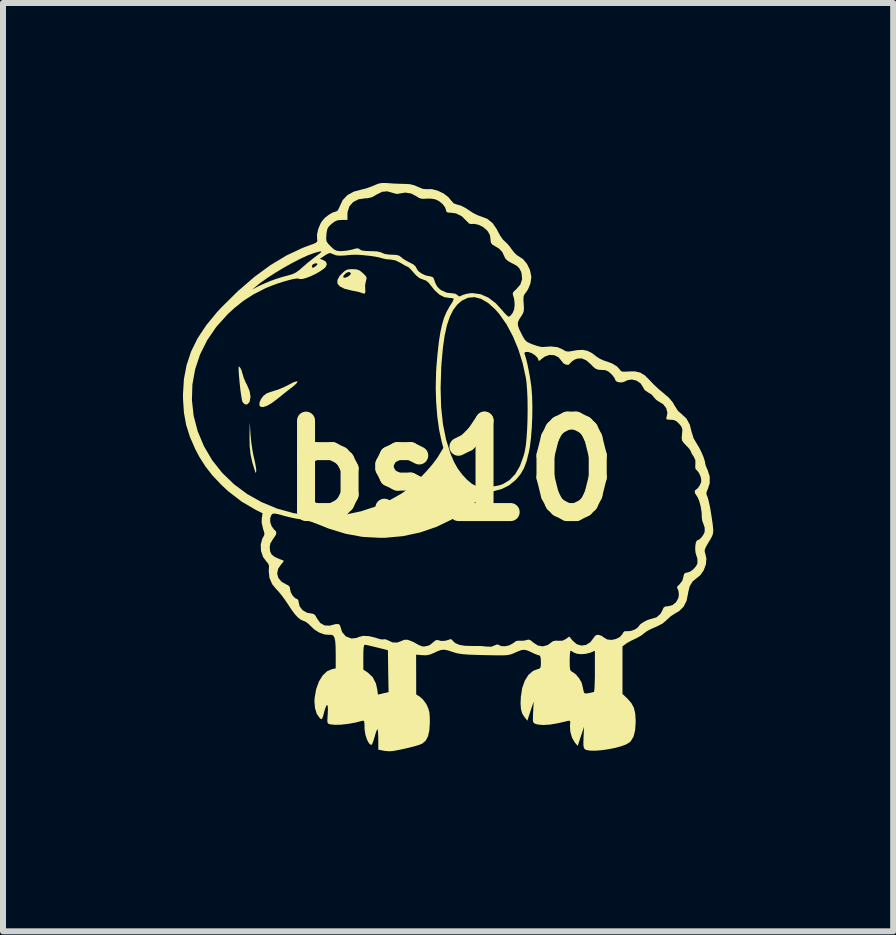
<source format=kicad_pcb>
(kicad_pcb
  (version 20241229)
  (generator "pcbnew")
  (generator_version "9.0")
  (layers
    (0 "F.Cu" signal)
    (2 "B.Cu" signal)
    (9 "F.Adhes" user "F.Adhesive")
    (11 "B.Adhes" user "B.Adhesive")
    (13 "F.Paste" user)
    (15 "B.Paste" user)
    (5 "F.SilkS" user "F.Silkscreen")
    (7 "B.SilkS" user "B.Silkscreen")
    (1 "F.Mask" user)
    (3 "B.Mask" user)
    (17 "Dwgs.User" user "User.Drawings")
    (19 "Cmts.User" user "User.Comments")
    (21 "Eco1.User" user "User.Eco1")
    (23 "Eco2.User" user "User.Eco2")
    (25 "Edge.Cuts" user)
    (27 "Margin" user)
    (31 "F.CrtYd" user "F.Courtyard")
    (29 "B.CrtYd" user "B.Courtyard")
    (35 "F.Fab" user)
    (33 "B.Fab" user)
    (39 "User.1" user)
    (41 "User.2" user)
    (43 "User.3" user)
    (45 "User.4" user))
  (footprint "bs10"
    (layer "F.Cu")
    (at 4.446 4.796)
    (property "Reference" "bs10" (at 0 0 0) (layer "F.SilkS") (effects (font (size 1.524 1.524) (thickness 0.3))))
    (attr board_only exclude_from_pos_files exclude_from_bom)
    (fp_poly (pts (xy -3.32 -0.6) (xy -3.309 -0.486) (xy -3.292 -0.363) (xy -3.271 -0.25) (xy -3.262 -0.213) (xy -3.243 -0.129) (xy -3.23 -0.056) (xy -3.224 -0.005) (xy -3.225 0.007) (xy -3.231 0.037) (xy -3.238 0.029) (xy -3.245 0.01) (xy -3.291 -0.141) (xy -3.32 -0.275) (xy -3.334 -0.41) (xy -3.337 -0.563) (xy -3.337 -0.57) (xy -3.333 -0.81)) (stroke (width 0) (type solid)) (fill yes) (layer "F.SilkS"))
    (fp_poly (pts (xy -3.505 -1.731) (xy -3.491 -1.714) (xy -3.469 -1.67) (xy -3.452 -1.611) (xy -3.45 -1.604) (xy -3.432 -1.544) (xy -3.401 -1.471) (xy -3.378 -1.428) (xy -3.335 -1.326) (xy -3.32 -1.231) (xy -3.335 -1.15) (xy -3.341 -1.139) (xy -3.375 -1.105) (xy -3.415 -1.106) (xy -3.45 -1.14) (xy -3.457 -1.155) (xy -3.466 -1.193) (xy -3.477 -1.261) (xy -3.489 -1.349) (xy -3.5 -1.447) (xy -3.509 -1.544) (xy -3.516 -1.631) (xy -3.519 -1.697) (xy -3.519 -1.71) (xy -3.517 -1.738)) (stroke (width 0) (type solid)) (fill yes) (layer "F.SilkS"))
    (fp_poly (pts (xy -2.536 -1.484) (xy -2.553 -1.457) (xy -2.603 -1.41) (xy -2.65 -1.374) (xy -2.707 -1.331) (xy -2.78 -1.272) (xy -2.857 -1.21) (xy -2.877 -1.194) (xy -2.969 -1.125) (xy -3.049 -1.08) (xy -3.113 -1.06) (xy -3.156 -1.067) (xy -3.171 -1.086) (xy -3.171 -1.134) (xy -3.147 -1.192) (xy -3.106 -1.247) (xy -3.057 -1.285) (xy -3.053 -1.287) (xy -2.993 -1.311) (xy -2.92 -1.334) (xy -2.9 -1.34) (xy -2.835 -1.362) (xy -2.754 -1.397) (xy -2.683 -1.433) (xy -2.603 -1.474) (xy -2.553 -1.49)) (stroke (width 0) (type solid)) (fill yes) (layer "F.SilkS"))
    (fp_poly (pts (xy -1.553 -3.356) (xy -1.504 -3.338) (xy -1.454 -3.3) (xy -1.447 -3.293) (xy -1.404 -3.251) (xy -1.386 -3.221) (xy -1.388 -3.189) (xy -1.397 -3.16) (xy -1.41 -3.093) (xy -1.408 -3.029) (xy -1.406 -2.974) (xy -1.424 -2.95) (xy -1.461 -2.961) (xy -1.461 -2.961) (xy -1.494 -2.973) (xy -1.554 -2.988) (xy -1.629 -3.002) (xy -1.637 -3.004) (xy -1.752 -3.032) (xy -1.831 -3.071) (xy -1.871 -3.119) (xy -1.872 -3.178) (xy -1.836 -3.245) (xy -1.835 -3.246) (xy -1.773 -3.246) (xy -1.773 -3.221) (xy -1.744 -3.216) (xy -1.698 -3.234) (xy -1.661 -3.262) (xy -1.646 -3.286) (xy -1.646 -3.288) (xy -1.67 -3.313) (xy -1.711 -3.304) (xy -1.74 -3.284) (xy -1.773 -3.246) (xy -1.835 -3.246) (xy -1.802 -3.282) (xy -1.752 -3.328) (xy -1.71 -3.352) (xy -1.657 -3.359) (xy -1.622 -3.36)) (stroke (width 0) (type solid)) (fill yes) (layer "F.SilkS"))
    (fp_poly (pts (xy -1.023 -4.793) (xy -0.927 -4.786) (xy -0.821 -4.782) (xy -0.76 -4.781) (xy -0.664 -4.776) (xy -0.585 -4.756) (xy -0.532 -4.732) (xy -0.448 -4.698) (xy -0.384 -4.692) (xy -0.381 -4.693) (xy -0.295 -4.693) (xy -0.198 -4.667) (xy -0.102 -4.621) (xy -0.022 -4.56) (xy 0.025 -4.503) (xy 0.066 -4.457) (xy 0.128 -4.434) (xy 0.137 -4.433) (xy 0.201 -4.412) (xy 0.277 -4.371) (xy 0.32 -4.342) (xy 0.392 -4.295) (xy 0.469 -4.257) (xy 0.517 -4.24) (xy 0.629 -4.197) (xy 0.716 -4.126) (xy 0.786 -4.023) (xy 0.801 -3.992) (xy 0.84 -3.92) (xy 0.883 -3.858) (xy 0.915 -3.826) (xy 0.961 -3.783) (xy 1.011 -3.723) (xy 1.032 -3.692) (xy 1.076 -3.635) (xy 1.122 -3.591) (xy 1.145 -3.578) (xy 1.223 -3.526) (xy 1.289 -3.446) (xy 1.337 -3.348) (xy 1.359 -3.243) (xy 1.36 -3.22) (xy 1.345 -3.119) (xy 1.305 -3.022) (xy 1.272 -2.973) (xy 1.245 -2.939) (xy 1.232 -2.904) (xy 1.229 -2.855) (xy 1.233 -2.783) (xy 1.238 -2.707) (xy 1.233 -2.656) (xy 1.218 -2.615) (xy 1.196 -2.58) (xy 1.156 -2.518) (xy 1.136 -2.469) (xy 1.137 -2.422) (xy 1.157 -2.363) (xy 1.191 -2.293) (xy 1.228 -2.222) (xy 1.258 -2.176) (xy 1.291 -2.146) (xy 1.338 -2.123) (xy 1.386 -2.104) (xy 1.456 -2.08) (xy 1.516 -2.065) (xy 1.55 -2.062) (xy 1.687 -2.071) (xy 1.797 -2.059) (xy 1.875 -2.026) (xy 1.88 -2.023) (xy 1.936 -1.991) (xy 1.989 -1.986) (xy 2.007 -1.989) (xy 2.126 -2.01) (xy 2.22 -2.014) (xy 2.297 -1.998) (xy 2.371 -1.961) (xy 2.445 -1.904) (xy 2.505 -1.865) (xy 2.58 -1.832) (xy 2.608 -1.824) (xy 2.706 -1.788) (xy 2.786 -1.74) (xy 2.837 -1.685) (xy 2.84 -1.68) (xy 2.857 -1.66) (xy 2.887 -1.651) (xy 2.94 -1.651) (xy 2.977 -1.654) (xy 3.086 -1.656) (xy 3.174 -1.636) (xy 3.252 -1.589) (xy 3.332 -1.51) (xy 3.337 -1.504) (xy 3.406 -1.432) (xy 3.489 -1.355) (xy 3.567 -1.29) (xy 3.656 -1.214) (xy 3.717 -1.141) (xy 3.747 -1.088) (xy 3.805 -0.997) (xy 3.869 -0.941) (xy 3.946 -0.87) (xy 4.002 -0.767) (xy 4.031 -0.651) (xy 4.065 -0.542) (xy 4.114 -0.457) (xy 4.155 -0.391) (xy 4.195 -0.311) (xy 4.23 -0.229) (xy 4.253 -0.157) (xy 4.26 -0.115) (xy 4.269 -0.082) (xy 4.29 -0.03) (xy 4.3 -0.01) (xy 4.334 0.097) (xy 4.334 0.209) (xy 4.303 0.304) (xy 4.281 0.355) (xy 4.279 0.392) (xy 4.293 0.426) (xy 4.307 0.467) (xy 4.324 0.537) (xy 4.342 0.623) (xy 4.352 0.684) (xy 4.372 0.81) (xy 4.385 0.904) (xy 4.392 0.972) (xy 4.392 1.024) (xy 4.384 1.065) (xy 4.368 1.103) (xy 4.344 1.146) (xy 4.319 1.187) (xy 4.277 1.259) (xy 4.255 1.307) (xy 4.249 1.34) (xy 4.256 1.369) (xy 4.258 1.373) (xy 4.279 1.463) (xy 4.27 1.562) (xy 4.235 1.658) (xy 4.179 1.74) (xy 4.129 1.781) (xy 4.051 1.844) (xy 4.001 1.924) (xy 3.975 2.029) (xy 3.973 2.047) (xy 3.948 2.169) (xy 3.901 2.264) (xy 3.827 2.338) (xy 3.74 2.39) (xy 3.68 2.43) (xy 3.623 2.482) (xy 3.615 2.491) (xy 3.544 2.55) (xy 3.437 2.604) (xy 3.423 2.609) (xy 3.348 2.642) (xy 3.282 2.678) (xy 3.241 2.709) (xy 3.241 2.709) (xy 3.196 2.745) (xy 3.132 2.782) (xy 3.094 2.801) (xy 3.025 2.834) (xy 2.961 2.869) (xy 2.936 2.886) (xy 2.88 2.928) (xy 2.88 3.721) (xy 2.968 3.805) (xy 3.029 3.875) (xy 3.069 3.951) (xy 3.092 4.043) (xy 3.1 4.161) (xy 3.1 4.188) (xy 3.091 4.326) (xy 3.064 4.432) (xy 3.019 4.508) (xy 2.997 4.529) (xy 2.94 4.563) (xy 2.857 4.594) (xy 2.756 4.621) (xy 2.645 4.643) (xy 2.533 4.659) (xy 2.428 4.667) (xy 2.34 4.666) (xy 2.276 4.655) (xy 2.254 4.643) (xy 2.238 4.623) (xy 2.23 4.588) (xy 2.228 4.531) (xy 2.231 4.443) (xy 2.239 4.27) (xy 2.186 4.428) (xy 2.134 4.587) (xy 2.087 4.533) (xy 2.04 4.453) (xy 2.011 4.354) (xy 2.004 4.254) (xy 2.006 4.235) (xy 2.01 4.187) (xy 2.002 4.168) (xy 1.977 4.169) (xy 1.973 4.17) (xy 1.931 4.18) (xy 1.866 4.195) (xy 1.8 4.21) (xy 1.673 4.232) (xy 1.558 4.239) (xy 1.465 4.23) (xy 1.432 4.221) (xy 1.408 4.21) (xy 1.394 4.194) (xy 1.387 4.165) (xy 1.387 4.113) (xy 1.39 4.031) (xy 1.391 4.026) (xy 1.399 3.85) (xy 1.346 4.008) (xy 1.294 4.167) (xy 1.247 4.108) (xy 1.209 4.048) (xy 1.188 3.974) (xy 1.181 3.88) (xy 1.186 3.77) (xy 1.208 3.624) (xy 1.252 3.5) (xy 1.313 3.403) (xy 1.39 3.337) (xy 1.46 3.31) (xy 1.494 3.3) (xy 1.512 3.282) (xy 1.519 3.245) (xy 1.52 3.188) (xy 1.519 3.167) (xy 2 3.167) (xy 2.001 3.249) (xy 2.005 3.3) (xy 2.014 3.33) (xy 2.031 3.347) (xy 2.048 3.355) (xy 2.102 3.395) (xy 2.156 3.458) (xy 2.196 3.527) (xy 2.208 3.565) (xy 2.222 3.627) (xy 2.231 3.671) (xy 2.241 3.703) (xy 2.264 3.714) (xy 2.311 3.709) (xy 2.316 3.708) (xy 2.368 3.697) (xy 2.402 3.688) (xy 2.405 3.686) (xy 2.41 3.664) (xy 2.414 3.609) (xy 2.417 3.528) (xy 2.42 3.426) (xy 2.42 3.34) (xy 2.42 3.002) (xy 2.351 3.031) (xy 2.273 3.052) (xy 2.19 3.059) (xy 2.115 3.05) (xy 2.069 3.031) (xy 2.033 3.008) (xy 2.015 3.001) (xy 2.008 3.019) (xy 2.003 3.068) (xy 2 3.138) (xy 2 3.167) (xy 1.519 3.167) (xy 1.516 3.117) (xy 1.503 3.083) (xy 1.495 3.08) (xy 1.464 3.071) (xy 1.411 3.05) (xy 1.37 3.03) (xy 1.301 2.999) (xy 1.249 2.985) (xy 1.199 2.989) (xy 1.137 3.012) (xy 1.093 3.031) (xy 1.054 3.049) (xy 1.019 3.061) (xy 0.982 3.07) (xy 0.936 3.076) (xy 0.874 3.078) (xy 0.79 3.078) (xy 0.678 3.076) (xy 0.575 3.074) (xy 0.431 3.07) (xy 0.32 3.066) (xy 0.235 3.06) (xy 0.17 3.052) (xy 0.117 3.042) (xy 0.07 3.028) (xy 0.052 3.022) (xy -0.032 2.995) (xy -0.094 2.983) (xy -0.148 2.989) (xy -0.211 3.012) (xy -0.253 3.033) (xy -0.33 3.065) (xy -0.395 3.077) (xy -0.46 3.075) (xy -0.56 3.066) (xy -0.559 3.398) (xy -0.558 3.73) (xy -0.494 3.77) (xy -0.445 3.815) (xy -0.397 3.88) (xy -0.38 3.91) (xy -0.355 3.967) (xy -0.34 4.024) (xy -0.333 4.092) (xy -0.331 4.186) (xy -0.331 4.19) (xy -0.339 4.326) (xy -0.362 4.428) (xy -0.401 4.501) (xy -0.459 4.55) (xy -0.465 4.552) (xy -0.514 4.572) (xy -0.592 4.595) (xy -0.686 4.619) (xy -0.787 4.642) (xy -0.881 4.661) (xy -0.96 4.674) (xy -1.01 4.677) (xy -1.077 4.671) (xy -1.13 4.662) (xy -1.19 4.649) (xy -1.19 4.486) (xy -1.192 4.409) (xy -1.195 4.348) (xy -1.201 4.314) (xy -1.203 4.31) (xy -1.214 4.322) (xy -1.23 4.363) (xy -1.249 4.427) (xy -1.252 4.439) (xy -1.273 4.506) (xy -1.292 4.554) (xy -1.308 4.574) (xy -1.309 4.574) (xy -1.346 4.543) (xy -1.378 4.484) (xy -1.404 4.406) (xy -1.418 4.32) (xy -1.42 4.284) (xy -1.421 4.215) (xy -1.427 4.178) (xy -1.439 4.166) (xy -1.455 4.168) (xy -1.573 4.199) (xy -1.697 4.221) (xy -1.817 4.234) (xy -1.92 4.236) (xy -1.997 4.227) (xy -1.998 4.227) (xy -2.022 4.218) (xy -2.035 4.202) (xy -2.04 4.169) (xy -2.037 4.11) (xy -2.034 4.07) (xy -2.03 3.978) (xy -2.034 3.922) (xy -2.044 3.903) (xy -2.059 3.922) (xy -2.08 3.979) (xy -2.091 4.018) (xy -2.11 4.09) (xy -2.125 4.129) (xy -2.138 4.142) (xy -2.154 4.135) (xy -2.163 4.127) (xy -2.214 4.057) (xy -2.245 3.96) (xy -2.255 3.844) (xy -2.252 3.789) (xy -2.226 3.641) (xy -2.18 3.514) (xy -2.118 3.413) (xy -2.043 3.342) (xy -1.977 3.315) (xy -1.44 3.315) (xy -1.363 3.366) (xy -1.283 3.442) (xy -1.23 3.547) (xy -1.208 3.644) (xy -1.196 3.732) (xy -1.107 3.711) (xy -1.019 3.691) (xy -1.025 3.342) (xy -1.03 2.992) (xy -1.21 2.947) (xy -1.292 2.927) (xy -1.36 2.911) (xy -1.405 2.902) (xy -1.415 2.9) (xy -1.427 2.912) (xy -1.435 2.95) (xy -1.439 3.02) (xy -1.44 3.107) (xy -1.44 3.315) (xy -1.977 3.315) (xy -1.958 3.307) (xy -1.9 3.295) (xy -1.9 3.058) (xy -1.902 2.933) (xy -1.908 2.843) (xy -1.921 2.783) (xy -1.941 2.749) (xy -1.97 2.735) (xy -2.002 2.736) (xy -2.083 2.731) (xy -2.173 2.699) (xy -2.257 2.647) (xy -2.305 2.601) (xy -2.354 2.553) (xy -2.402 2.518) (xy -2.42 2.51) (xy -2.476 2.487) (xy -2.528 2.449) (xy -2.581 2.392) (xy -2.642 2.309) (xy -2.689 2.237) (xy -2.746 2.153) (xy -2.804 2.074) (xy -2.855 2.012) (xy -2.882 1.985) (xy -2.958 1.894) (xy -3.005 1.785) (xy -3.017 1.67) (xy -3.015 1.651) (xy -3.012 1.59) (xy -3.024 1.55) (xy -3.052 1.518) (xy -3.112 1.437) (xy -3.145 1.338) (xy -3.148 1.277) (xy -3 1.277) (xy -2.993 1.345) (xy -2.968 1.397) (xy -2.918 1.437) (xy -2.837 1.473) (xy -2.792 1.489) (xy -2.769 1.499) (xy -2.771 1.515) (xy -2.798 1.548) (xy -2.806 1.556) (xy -2.86 1.635) (xy -2.876 1.714) (xy -2.856 1.788) (xy -2.802 1.852) (xy -2.714 1.901) (xy -2.695 1.908) (xy -2.666 1.937) (xy -2.66 1.98) (xy -2.647 2.032) (xy -2.616 2.084) (xy -2.577 2.125) (xy -2.541 2.14) (xy -2.524 2.157) (xy -2.52 2.181) (xy -2.502 2.26) (xy -2.452 2.325) (xy -2.379 2.367) (xy -2.304 2.381) (xy -2.266 2.389) (xy -2.236 2.418) (xy -2.21 2.466) (xy -2.157 2.539) (xy -2.085 2.579) (xy -2.001 2.583) (xy -1.971 2.575) (xy -1.896 2.556) (xy -1.85 2.557) (xy -1.828 2.578) (xy -1.825 2.59) (xy -1.794 2.688) (xy -1.739 2.754) (xy -1.721 2.766) (xy -1.638 2.797) (xy -1.554 2.788) (xy -1.516 2.772) (xy -1.445 2.753) (xy -1.349 2.757) (xy -1.239 2.783) (xy -1.207 2.794) (xy -1.151 2.81) (xy -1.11 2.813) (xy -1.101 2.81) (xy -1.069 2.81) (xy -1.034 2.825) (xy -0.951 2.863) (xy -0.872 2.864) (xy -0.814 2.842) (xy -0.758 2.819) (xy -0.712 2.817) (xy -0.675 2.827) (xy -0.623 2.848) (xy -0.586 2.866) (xy -0.585 2.866) (xy -0.512 2.908) (xy -0.454 2.929) (xy -0.423 2.93) (xy -0.379 2.921) (xy -0.367 2.92) (xy -0.334 2.907) (xy -0.291 2.874) (xy -0.28 2.863) (xy -0.231 2.825) (xy -0.197 2.823) (xy -0.196 2.823) (xy -0.145 2.838) (xy -0.079 2.836) (xy -0.019 2.819) (xy -0.016 2.818) (xy 0.02 2.806) (xy 0.042 2.824) (xy 0.044 2.828) (xy 0.09 2.872) (xy 0.164 2.904) (xy 0.257 2.919) (xy 0.272 2.919) (xy 0.339 2.921) (xy 0.394 2.922) (xy 0.41 2.922) (xy 0.466 2.922) (xy 0.49 2.922) (xy 0.535 2.923) (xy 0.597 2.93) (xy 0.615 2.932) (xy 0.694 2.934) (xy 0.748 2.913) (xy 0.791 2.895) (xy 0.816 2.904) (xy 0.861 2.924) (xy 0.925 2.926) (xy 0.993 2.911) (xy 1.05 2.88) (xy 1.056 2.875) (xy 1.109 2.838) (xy 1.163 2.833) (xy 1.17 2.834) (xy 1.232 2.834) (xy 1.28 2.823) (xy 1.317 2.815) (xy 1.351 2.828) (xy 1.394 2.865) (xy 1.47 2.914) (xy 1.552 2.928) (xy 1.632 2.907) (xy 1.676 2.875) (xy 1.723 2.841) (xy 1.775 2.832) (xy 1.807 2.835) (xy 1.878 2.834) (xy 1.937 2.805) (xy 1.938 2.804) (xy 1.993 2.764) (xy 2.047 2.831) (xy 2.116 2.891) (xy 2.194 2.915) (xy 2.272 2.904) (xy 2.344 2.859) (xy 2.389 2.8) (xy 2.423 2.753) (xy 2.456 2.736) (xy 2.483 2.736) (xy 2.538 2.756) (xy 2.571 2.781) (xy 2.625 2.813) (xy 2.695 2.821) (xy 2.769 2.806) (xy 2.835 2.773) (xy 2.88 2.723) (xy 2.889 2.703) (xy 2.91 2.677) (xy 2.955 2.675) (xy 2.958 2.675) (xy 3.015 2.672) (xy 3.077 2.651) (xy 3.129 2.619) (xy 3.153 2.59) (xy 3.18 2.557) (xy 3.232 2.522) (xy 3.294 2.49) (xy 3.352 2.471) (xy 3.365 2.469) (xy 3.449 2.443) (xy 3.514 2.385) (xy 3.543 2.331) (xy 3.565 2.283) (xy 3.594 2.263) (xy 3.636 2.26) (xy 3.711 2.242) (xy 3.772 2.193) (xy 3.811 2.123) (xy 3.82 2.066) (xy 3.814 2.009) (xy 3.8 1.969) (xy 3.797 1.965) (xy 3.788 1.942) (xy 3.81 1.913) (xy 3.827 1.899) (xy 3.876 1.836) (xy 3.893 1.779) (xy 3.905 1.727) (xy 3.925 1.704) (xy 3.951 1.7) (xy 4.007 1.683) (xy 4.064 1.641) (xy 4.11 1.586) (xy 4.13 1.54) (xy 4.128 1.463) (xy 4.113 1.419) (xy 4.098 1.369) (xy 4.092 1.307) (xy 4.095 1.243) (xy 4.105 1.191) (xy 4.122 1.162) (xy 4.129 1.16) (xy 4.164 1.144) (xy 4.204 1.103) (xy 4.237 1.051) (xy 4.25 1.017) (xy 4.25 0.95) (xy 4.232 0.896) (xy 4.21 0.837) (xy 4.202 0.783) (xy 4.202 0.779) (xy 4.199 0.696) (xy 4.185 0.604) (xy 4.163 0.517) (xy 4.136 0.45) (xy 4.124 0.43) (xy 4.087 0.372) (xy 4.085 0.333) (xy 4.109 0.313) (xy 4.137 0.289) (xy 4.168 0.244) (xy 4.171 0.238) (xy 4.192 0.186) (xy 4.191 0.136) (xy 4.181 0.096) (xy 4.157 0.041) (xy 4.128 0.001) (xy 4.121 -0.004) (xy 4.097 -0.029) (xy 4.092 -0.072) (xy 4.095 -0.105) (xy 4.095 -0.173) (xy 4.07 -0.23) (xy 4.063 -0.24) (xy 4.034 -0.285) (xy 4.02 -0.318) (xy 4.02 -0.321) (xy 4.007 -0.346) (xy 3.973 -0.388) (xy 3.94 -0.422) (xy 3.895 -0.47) (xy 3.872 -0.505) (xy 3.867 -0.546) (xy 3.872 -0.608) (xy 3.878 -0.673) (xy 3.871 -0.716) (xy 3.848 -0.754) (xy 3.824 -0.782) (xy 3.777 -0.826) (xy 3.73 -0.846) (xy 3.682 -0.849) (xy 3.63 -0.852) (xy 3.61 -0.863) (xy 3.612 -0.88) (xy 3.629 -0.964) (xy 3.609 -1.043) (xy 3.557 -1.109) (xy 3.496 -1.146) (xy 3.442 -1.181) (xy 3.402 -1.225) (xy 3.402 -1.227) (xy 3.363 -1.271) (xy 3.31 -1.303) (xy 3.251 -1.342) (xy 3.222 -1.393) (xy 3.179 -1.458) (xy 3.113 -1.502) (xy 3.037 -1.52) (xy 2.96 -1.508) (xy 2.926 -1.49) (xy 2.881 -1.473) (xy 2.829 -1.472) (xy 2.784 -1.484) (xy 2.761 -1.508) (xy 2.76 -1.514) (xy 2.747 -1.545) (xy 2.713 -1.59) (xy 2.692 -1.612) (xy 2.641 -1.656) (xy 2.593 -1.676) (xy 2.532 -1.68) (xy 2.478 -1.683) (xy 2.437 -1.697) (xy 2.395 -1.729) (xy 2.356 -1.77) (xy 2.276 -1.84) (xy 2.2 -1.872) (xy 2.125 -1.868) (xy 2.081 -1.851) (xy 2.036 -1.821) (xy 2.008 -1.792) (xy 2.007 -1.789) (xy 1.981 -1.765) (xy 1.939 -1.767) (xy 1.896 -1.789) (xy 1.868 -1.824) (xy 1.814 -1.89) (xy 1.742 -1.926) (xy 1.661 -1.93) (xy 1.581 -1.9) (xy 1.536 -1.866) (xy 1.499 -1.835) (xy 1.482 -1.832) (xy 1.48 -1.844) (xy 1.463 -1.884) (xy 1.42 -1.926) (xy 1.365 -1.961) (xy 1.309 -1.979) (xy 1.296 -1.98) (xy 1.255 -1.976) (xy 1.245 -1.959) (xy 1.249 -1.945) (xy 1.27 -1.878) (xy 1.294 -1.783) (xy 1.317 -1.67) (xy 1.339 -1.55) (xy 1.356 -1.435) (xy 1.362 -1.393) (xy 1.373 -1.247) (xy 1.378 -1.078) (xy 1.376 -0.897) (xy 1.368 -0.714) (xy 1.354 -0.541) (xy 1.335 -0.39) (xy 1.32 -0.313) (xy 1.283 -0.163) (xy 1.239 -0.044) (xy 1.184 0.053) (xy 1.114 0.138) (xy 1.098 0.155) (xy 0.99 0.244) (xy 0.868 0.305) (xy 0.722 0.344) (xy 0.717 0.345) (xy 0.65 0.359) (xy 0.599 0.379) (xy 0.553 0.41) (xy 0.496 0.462) (xy 0.473 0.485) (xy 0.266 0.662) (xy 0.033 0.814) (xy -0.222 0.937) (xy -0.495 1.03) (xy -0.781 1.091) (xy -1.075 1.118) (xy -1.16 1.119) (xy -1.454 1.103) (xy -1.737 1.051) (xy -2.019 0.964) (xy -2.15 0.911) (xy -2.291 0.857) (xy -2.414 0.822) (xy -2.477 0.811) (xy -2.558 0.799) (xy -2.659 0.778) (xy -2.758 0.753) (xy -2.775 0.748) (xy -2.862 0.724) (xy -2.919 0.714) (xy -2.954 0.719) (xy -2.974 0.741) (xy -2.989 0.782) (xy -2.992 0.795) (xy -2.992 0.856) (xy -2.969 0.923) (xy -2.931 0.977) (xy -2.918 0.987) (xy -2.891 1.02) (xy -2.894 1.062) (xy -2.93 1.119) (xy -2.946 1.139) (xy -2.99 1.214) (xy -3 1.277) (xy -3.148 1.277) (xy -3.15 1.233) (xy -3.125 1.136) (xy -3.107 1.104) (xy -3.091 1.071) (xy -3.09 1.037) (xy -3.105 0.987) (xy -3.111 0.97) (xy -3.135 0.864) (xy -3.132 0.795) (xy -3.119 0.709) (xy -3.231 0.654) (xy -3.467 0.516) (xy -3.695 0.34) (xy -3.812 0.23) (xy -3.954 0.08) (xy -4.069 -0.067) (xy -4.169 -0.223) (xy -4.24 -0.357) (xy -4.33 -0.563) (xy -4.393 -0.762) (xy -4.43 -0.966) (xy -4.444 -1.176) (xy -4.297 -1.176) (xy -4.268 -0.915) (xy -4.2 -0.656) (xy -4.097 -0.41) (xy -3.959 -0.174) (xy -3.79 0.038) (xy -3.594 0.227) (xy -3.374 0.39) (xy -3.133 0.525) (xy -2.875 0.632) (xy -2.604 0.707) (xy -2.323 0.75) (xy -2.036 0.759) (xy -1.745 0.733) (xy -1.727 0.73) (xy -1.48 0.677) (xy -1.238 0.598) (xy -1.01 0.498) (xy -0.805 0.382) (xy -0.717 0.32) (xy -0.613 0.234) (xy -0.502 0.129) (xy -0.393 0.015) (xy -0.294 -0.099) (xy -0.214 -0.204) (xy -0.184 -0.251) (xy -0.106 -0.381) (xy -0.134 -0.485) (xy -0.176 -0.68) (xy -0.207 -0.903) (xy -0.226 -1.144) (xy -0.233 -1.374) (xy -0.152 -1.374) (xy -0.143 -1.059) (xy -0.112 -0.774) (xy -0.06 -0.516) (xy 0.014 -0.282) (xy 0.075 -0.14) (xy 0.134 -0.036) (xy 0.208 0.064) (xy 0.29 0.152) (xy 0.371 0.219) (xy 0.44 0.255) (xy 0.519 0.27) (xy 0.62 0.272) (xy 0.727 0.263) (xy 0.826 0.244) (xy 0.885 0.224) (xy 0.999 0.155) (xy 1.094 0.054) (xy 1.171 -0.079) (xy 1.232 -0.247) (xy 1.251 -0.32) (xy 1.268 -0.417) (xy 1.281 -0.545) (xy 1.291 -0.696) (xy 1.297 -0.859) (xy 1.299 -1.028) (xy 1.297 -1.192) (xy 1.29 -1.344) (xy 1.28 -1.474) (xy 1.27 -1.543) (xy 1.218 -1.785) (xy 1.145 -2.02) (xy 1.053 -2.241) (xy 0.947 -2.44) (xy 0.828 -2.61) (xy 0.761 -2.687) (xy 0.642 -2.795) (xy 0.525 -2.864) (xy 0.413 -2.893) (xy 0.305 -2.883) (xy 0.202 -2.834) (xy 0.127 -2.77) (xy 0.059 -2.681) (xy 0.002 -2.567) (xy -0.046 -2.424) (xy -0.085 -2.249) (xy -0.114 -2.041) (xy -0.136 -1.798) (xy -0.141 -1.72) (xy -0.152 -1.374) (xy -0.233 -1.374) (xy -0.233 -1.393) (xy -0.227 -1.639) (xy -0.222 -1.73) (xy -0.202 -1.955) (xy -0.181 -2.145) (xy -0.156 -2.305) (xy -0.127 -2.439) (xy -0.093 -2.552) (xy -0.052 -2.649) (xy -0.003 -2.735) (xy 0.008 -2.753) (xy 0.043 -2.808) (xy 0.063 -2.85) (xy 0.066 -2.868) (xy 0.039 -2.877) (xy -0.004 -2.88) (xy -0.09 -2.893) (xy -0.172 -2.935) (xy -0.253 -3.01) (xy -0.34 -3.119) (xy -0.344 -3.126) (xy -0.393 -3.168) (xy -0.448 -3.188) (xy -0.504 -3.21) (xy -0.561 -3.257) (xy -0.601 -3.301) (xy -0.646 -3.352) (xy -0.682 -3.388) (xy -0.701 -3.4) (xy -0.727 -3.41) (xy -0.773 -3.436) (xy -0.813 -3.46) (xy -0.903 -3.505) (xy -0.987 -3.52) (xy -0.993 -3.52) (xy -1.062 -3.526) (xy -1.124 -3.54) (xy -1.134 -3.543) (xy -1.18 -3.556) (xy -1.252 -3.57) (xy -1.337 -3.582) (xy -1.36 -3.584) (xy -1.455 -3.594) (xy -1.524 -3.599) (xy -1.58 -3.6) (xy -1.637 -3.598) (xy -1.709 -3.592) (xy -1.743 -3.588) (xy -1.831 -3.584) (xy -1.894 -3.59) (xy -1.94 -3.607) (xy -1.98 -3.625) (xy -2.011 -3.625) (xy -2.05 -3.607) (xy -2.084 -3.585) (xy -2.165 -3.532) (xy -2.113 -3.514) (xy -2.063 -3.483) (xy -2.048 -3.44) (xy -2.07 -3.392) (xy -2.083 -3.379) (xy -2.15 -3.33) (xy -2.23 -3.283) (xy -2.313 -3.243) (xy -2.393 -3.212) (xy -2.459 -3.195) (xy -2.503 -3.195) (xy -2.513 -3.2) (xy -2.542 -3.204) (xy -2.6 -3.196) (xy -2.681 -3.177) (xy -2.776 -3.15) (xy -2.877 -3.117) (xy -2.978 -3.08) (xy -3.07 -3.042) (xy -3.092 -3.031) (xy -3.276 -2.936) (xy -3.436 -2.833) (xy -3.588 -2.712) (xy -3.697 -2.612) (xy -3.887 -2.402) (xy -4.042 -2.176) (xy -4.161 -1.938) (xy -4.243 -1.691) (xy -4.289 -1.436) (xy -4.297 -1.176) (xy -4.444 -1.176) (xy -4.445 -1.189) (xy -4.446 -1.27) (xy -4.431 -1.523) (xy -4.386 -1.76) (xy -4.311 -1.986) (xy -4.203 -2.206) (xy -4.06 -2.422) (xy -3.881 -2.64) (xy -3.803 -2.724) (xy -3.527 -2.997) (xy -3.5 -3.019) (xy -3.29 -3.019) (xy -3.22 -3.058) (xy -3.167 -3.085) (xy -3.092 -3.119) (xy -3.009 -3.154) (xy -2.997 -3.159) (xy -2.902 -3.194) (xy -2.798 -3.227) (xy -2.709 -3.251) (xy -2.709 -3.251) (xy -2.627 -3.274) (xy -2.565 -3.303) (xy -2.503 -3.348) (xy -2.461 -3.385) (xy -2.426 -3.415) (xy -2.296 -3.415) (xy -2.293 -3.385) (xy -2.267 -3.387) (xy -2.235 -3.408) (xy -2.204 -3.439) (xy -2.209 -3.456) (xy -2.245 -3.456) (xy -2.283 -3.438) (xy -2.296 -3.415) (xy -2.426 -3.415) (xy -2.384 -3.452) (xy -2.296 -3.523) (xy -2.231 -3.573) (xy -2.168 -3.621) (xy -2.139 -3.648) (xy -2.145 -3.657) (xy -2.186 -3.649) (xy -2.261 -3.628) (xy -2.361 -3.591) (xy -2.484 -3.535) (xy -2.622 -3.464) (xy -2.767 -3.383) (xy -2.91 -3.297) (xy -3.043 -3.211) (xy -3.158 -3.129) (xy -3.23 -3.071) (xy -3.29 -3.019) (xy -3.5 -3.019) (xy -3.255 -3.231) (xy -2.986 -3.428) (xy -2.72 -3.588) (xy -2.454 -3.713) (xy -2.354 -3.751) (xy -2.278 -3.778) (xy -2.232 -3.799) (xy -2.211 -3.817) (xy -2.206 -3.838) (xy -2.21 -3.861) (xy -2.21 -3.868) (xy -2.059 -3.868) (xy -2.053 -3.825) (xy -2.03 -3.788) (xy -1.985 -3.741) (xy -1.985 -3.74) (xy -1.934 -3.693) (xy -1.892 -3.669) (xy -1.842 -3.661) (xy -1.807 -3.66) (xy -1.724 -3.667) (xy -1.637 -3.683) (xy -1.616 -3.689) (xy -1.558 -3.705) (xy -1.524 -3.706) (xy -1.503 -3.694) (xy -1.499 -3.689) (xy -1.469 -3.672) (xy -1.41 -3.663) (xy -1.321 -3.66) (xy -1.218 -3.656) (xy -1.151 -3.642) (xy -1.129 -3.631) (xy -1.081 -3.612) (xy -1.004 -3.602) (xy -0.968 -3.601) (xy -0.892 -3.597) (xy -0.844 -3.585) (xy -0.812 -3.562) (xy -0.81 -3.56) (xy -0.772 -3.529) (xy -0.712 -3.494) (xy -0.67 -3.472) (xy -0.602 -3.436) (xy -0.564 -3.399) (xy -0.552 -3.371) (xy -0.524 -3.328) (xy -0.469 -3.287) (xy -0.401 -3.255) (xy -0.332 -3.241) (xy -0.324 -3.24) (xy -0.283 -3.226) (xy -0.267 -3.205) (xy -0.237 -3.122) (xy -0.206 -3.067) (xy -0.165 -3.026) (xy -0.142 -3.009) (xy -0.05 -2.967) (xy 0.017 -2.96) (xy 0.091 -2.951) (xy 0.129 -2.928) (xy 0.149 -2.908) (xy 0.173 -2.908) (xy 0.215 -2.928) (xy 0.274 -2.947) (xy 0.348 -2.959) (xy 0.38 -2.96) (xy 0.515 -2.942) (xy 0.644 -2.886) (xy 0.768 -2.791) (xy 0.871 -2.678) (xy 0.919 -2.622) (xy 0.96 -2.582) (xy 0.985 -2.566) (xy 0.987 -2.566) (xy 1.013 -2.585) (xy 1.045 -2.623) (xy 1.046 -2.624) (xy 1.074 -2.689) (xy 1.083 -2.774) (xy 1.074 -2.864) (xy 1.06 -2.91) (xy 1.05 -2.947) (xy 1.058 -2.976) (xy 1.091 -3.009) (xy 1.109 -3.024) (xy 1.177 -3.102) (xy 1.207 -3.191) (xy 1.198 -3.289) (xy 1.188 -3.32) (xy 1.161 -3.372) (xy 1.125 -3.41) (xy 1.067 -3.445) (xy 1.042 -3.456) (xy 0.972 -3.495) (xy 0.931 -3.531) (xy 0.91 -3.572) (xy 0.876 -3.646) (xy 0.825 -3.7) (xy 0.756 -3.742) (xy 0.708 -3.771) (xy 0.686 -3.802) (xy 0.68 -3.85) (xy 0.68 -3.86) (xy 0.67 -3.927) (xy 0.636 -3.988) (xy 0.618 -4.009) (xy 0.556 -4.062) (xy 0.481 -4.099) (xy 0.408 -4.115) (xy 0.363 -4.111) (xy 0.325 -4.118) (xy 0.282 -4.161) (xy 0.201 -4.242) (xy 0.104 -4.289) (xy 0.025 -4.3) (xy -0.03 -4.303) (xy -0.054 -4.315) (xy -0.06 -4.338) (xy -0.077 -4.389) (xy -0.119 -4.445) (xy -0.178 -4.493) (xy -0.233 -4.521) (xy -0.3 -4.534) (xy -0.377 -4.536) (xy -0.396 -4.534) (xy -0.463 -4.532) (xy -0.512 -4.546) (xy -0.552 -4.573) (xy -0.642 -4.62) (xy -0.74 -4.636) (xy -0.819 -4.623) (xy -0.878 -4.613) (xy -0.939 -4.627) (xy -0.949 -4.631) (xy -1.042 -4.657) (xy -1.126 -4.649) (xy -1.213 -4.606) (xy -1.222 -4.6) (xy -1.295 -4.559) (xy -1.367 -4.542) (xy -1.41 -4.54) (xy -1.521 -4.524) (xy -1.609 -4.478) (xy -1.671 -4.408) (xy -1.702 -4.316) (xy -1.705 -4.269) (xy -1.704 -4.18) (xy -1.798 -4.18) (xy -1.866 -4.175) (xy -1.919 -4.153) (xy -1.97 -4.114) (xy -2.015 -4.071) (xy -2.039 -4.03) (xy -2.051 -3.975) (xy -2.055 -3.934) (xy -2.059 -3.868) (xy -2.21 -3.868) (xy -2.212 -3.936) (xy -2.192 -4.026) (xy -2.155 -4.117) (xy -2.128 -4.161) (xy -2.08 -4.215) (xy -2.017 -4.265) (xy -1.952 -4.303) (xy -1.898 -4.32) (xy -1.894 -4.32) (xy -1.867 -4.338) (xy -1.842 -4.384) (xy -1.838 -4.395) (xy -1.785 -4.509) (xy -1.706 -4.593) (xy -1.599 -4.652) (xy -1.487 -4.682) (xy -1.398 -4.704) (xy -1.304 -4.737) (xy -1.263 -4.754) (xy -1.197 -4.782) (xy -1.14 -4.795) (xy -1.073 -4.796)) (stroke (width 0) (type solid)) (fill yes) (layer "F.SilkS")))
  (gr_rect
    (start -3 -3)
    (end 11.838 12.474)
    (stroke (width 0.1) (type default))
    (fill no)
    (layer "Edge.Cuts")))
</source>
